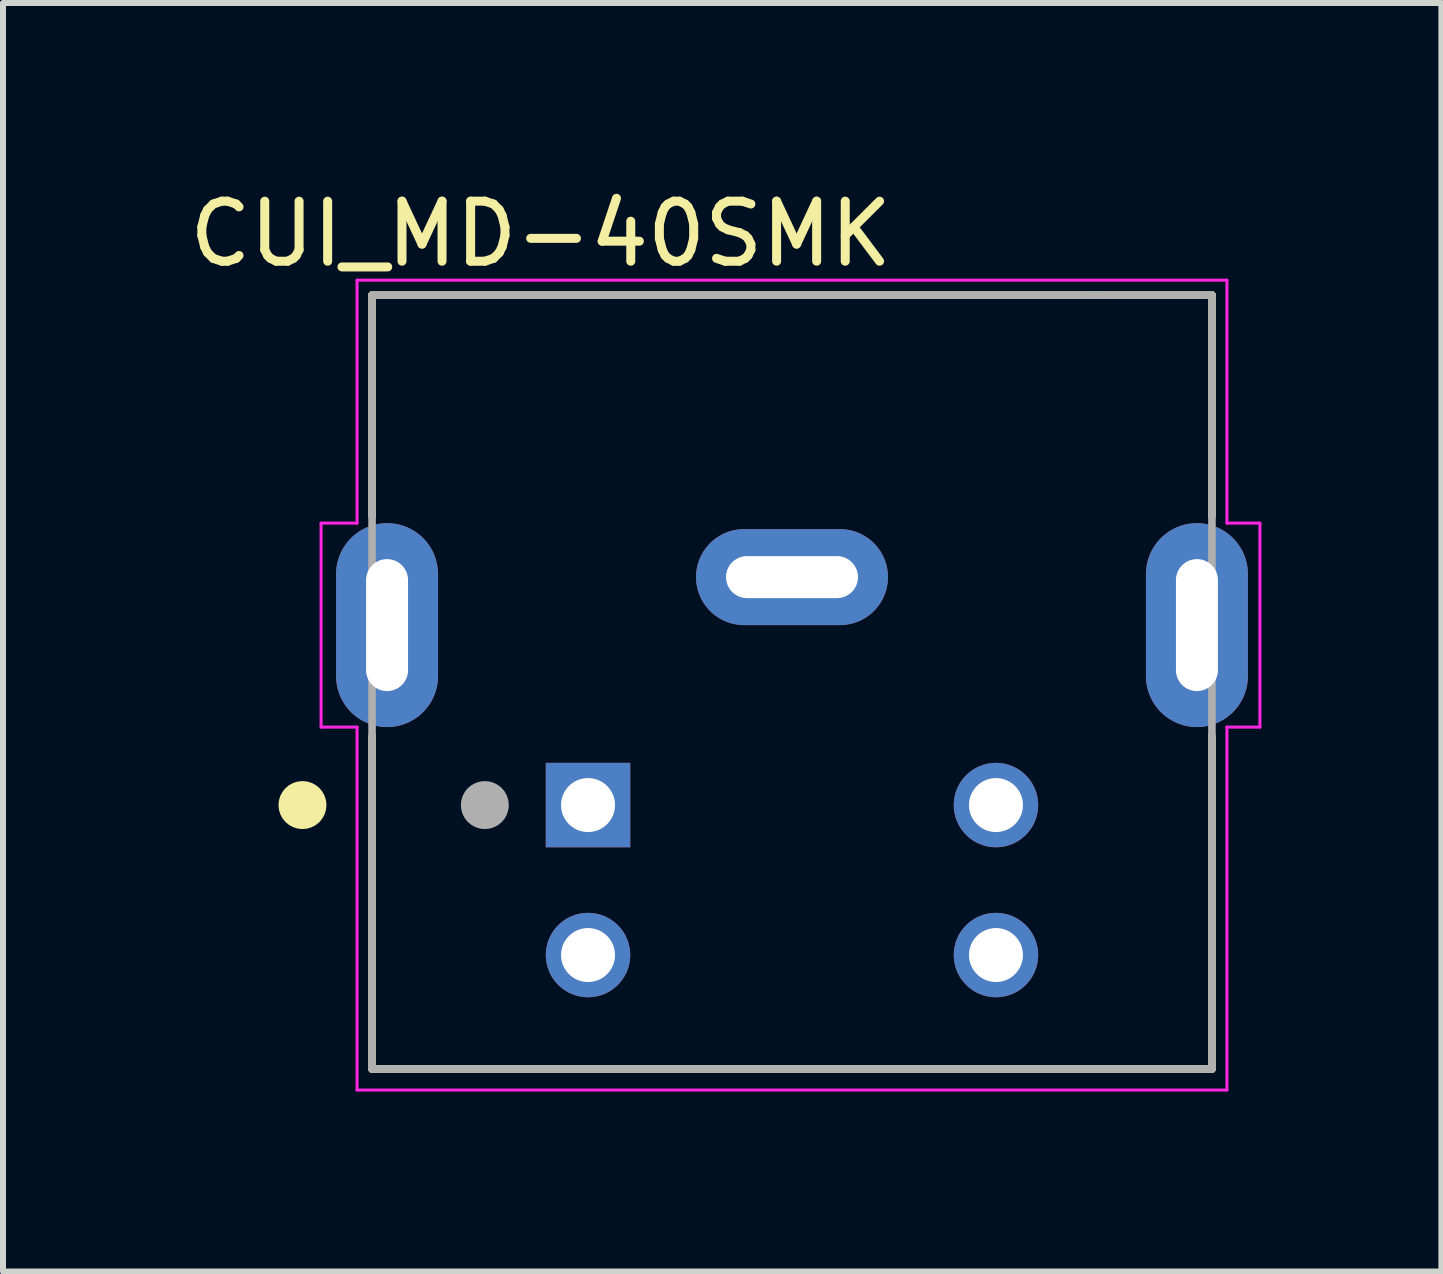
<source format=kicad_pcb>
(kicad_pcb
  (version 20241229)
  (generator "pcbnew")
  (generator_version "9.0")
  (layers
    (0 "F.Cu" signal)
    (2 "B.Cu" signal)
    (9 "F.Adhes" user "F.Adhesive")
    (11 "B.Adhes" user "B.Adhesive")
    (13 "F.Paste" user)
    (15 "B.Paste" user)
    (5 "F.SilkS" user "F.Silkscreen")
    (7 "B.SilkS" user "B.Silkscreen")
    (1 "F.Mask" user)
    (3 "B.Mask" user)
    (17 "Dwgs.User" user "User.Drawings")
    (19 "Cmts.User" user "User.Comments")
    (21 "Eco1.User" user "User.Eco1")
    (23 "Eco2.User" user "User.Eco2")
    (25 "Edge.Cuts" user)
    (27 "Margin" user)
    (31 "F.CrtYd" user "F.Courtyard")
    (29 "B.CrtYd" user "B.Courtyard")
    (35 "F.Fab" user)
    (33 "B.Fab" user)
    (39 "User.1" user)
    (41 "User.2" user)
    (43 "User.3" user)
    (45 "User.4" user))
  (footprint "CUI_MD-40SMK"
    (layer "F.Cu")
    (at 10.152 8.32)
    (property "Reference" "CUI_MD-40SMK" (at -4.189 -7.471 0) (layer "F.SilkS") (effects (font (size 1.001 1.001) (thickness 0.15))))
    (attr through_hole)
    (fp_line (start -7 -6.45) (end -7 -2.76) (stroke (width 0.127) (type solid)) (layer "F.SilkS"))
    (fp_line (start -7 -6.45) (end 7 -6.45) (stroke (width 0.127) (type solid)) (layer "F.SilkS"))
    (fp_line (start -7 6.45) (end -7 0.9) (stroke (width 0.127) (type solid)) (layer "F.SilkS"))
    (fp_line (start 7 -6.45) (end 7 -2.76) (stroke (width 0.127) (type solid)) (layer "F.SilkS"))
    (fp_line (start 7 6.45) (end -7 6.45) (stroke (width 0.127) (type solid)) (layer "F.SilkS"))
    (fp_line (start 7 6.45) (end 7 0.9) (stroke (width 0.127) (type solid)) (layer "F.SilkS"))
    (fp_circle (center -8.16 2.05) (end -7.96 2.05) (stroke (width 0.4) (type solid)) (fill no) (layer "F.SilkS"))
    (fp_line (start -7.85 -2.65) (end -7.25 -2.65) (stroke (width 0.05) (type solid)) (layer "F.CrtYd"))
    (fp_line (start -7.85 0.75) (end -7.85 -2.65) (stroke (width 0.05) (type solid)) (layer "F.CrtYd"))
    (fp_line (start -7.25 -6.7) (end -7.25 -2.65) (stroke (width 0.05) (type solid)) (layer "F.CrtYd"))
    (fp_line (start -7.25 -6.7) (end 7.25 -6.7) (stroke (width 0.05) (type solid)) (layer "F.CrtYd"))
    (fp_line (start -7.25 0.75) (end -7.85 0.75) (stroke (width 0.05) (type solid)) (layer "F.CrtYd"))
    (fp_line (start -7.25 6.8) (end -7.25 0.75) (stroke (width 0.05) (type solid)) (layer "F.CrtYd"))
    (fp_line (start 7.25 -6.7) (end 7.25 -2.65) (stroke (width 0.05) (type solid)) (layer "F.CrtYd"))
    (fp_line (start 7.25 -2.65) (end 7.8 -2.65) (stroke (width 0.05) (type solid)) (layer "F.CrtYd"))
    (fp_line (start 7.25 0.75) (end 7.25 6.8) (stroke (width 0.05) (type solid)) (layer "F.CrtYd"))
    (fp_line (start 7.25 6.8) (end -7.25 6.8) (stroke (width 0.05) (type solid)) (layer "F.CrtYd"))
    (fp_line (start 7.8 -2.65) (end 7.8 0.75) (stroke (width 0.05) (type solid)) (layer "F.CrtYd"))
    (fp_line (start 7.8 0.75) (end 7.25 0.75) (stroke (width 0.05) (type solid)) (layer "F.CrtYd"))
    (fp_line (start -7 -6.45) (end 4.89 -6.45) (stroke (width 0.127) (type solid)) (layer "F.Fab"))
    (fp_line (start -7 6.45) (end -7 -6.45) (stroke (width 0.127) (type solid)) (layer "F.Fab"))
    (fp_line (start 4.89 -6.45) (end 5.25 -6.45) (stroke (width 0.127) (type solid)) (layer "F.Fab"))
    (fp_line (start 5.25 -6.45) (end 4.89 -6.45) (stroke (width 0.127) (type solid)) (layer "F.Fab"))
    (fp_line (start 5.25 -6.45) (end 7 -6.45) (stroke (width 0.127) (type solid)) (layer "F.Fab"))
    (fp_line (start 7 -6.45) (end 7 6.45) (stroke (width 0.127) (type solid)) (layer "F.Fab"))
    (fp_line (start 7 6.45) (end -7 6.45) (stroke (width 0.127) (type solid)) (layer "F.Fab"))
    (fp_circle (center -5.12 2.05) (end -4.92 2.05) (stroke (width 0.4) (type solid)) (fill no) (layer "F.Fab"))
    (pad "1" thru_hole rect (at -3.4 2.05) (size 1.408 1.408) (drill 0.9) (layers "*.Cu" "*.Mask"))
    (pad "2" thru_hole circle (at 3.4 2.05) (size 1.408 1.408) (drill 0.9) (layers "*.Cu" "*.Mask"))
    (pad "3" thru_hole circle (at -3.4 4.55) (size 1.408 1.408) (drill 0.9) (layers "*.Cu" "*.Mask"))
    (pad "4" thru_hole circle (at 3.4 4.55) (size 1.408 1.408) (drill 0.9) (layers "*.Cu" "*.Mask"))
    (pad "S1" thru_hole oval (at -6.75 -0.95) (size 1.7 3.4) (drill oval 0.7 2.2) (layers "*.Cu" "*.Mask"))
    (pad "S2" thru_hole oval (at 0 -1.75) (size 3.2 1.6) (drill oval 2.2 0.7) (layers "*.Cu" "*.Mask"))
    (pad "S3" thru_hole oval (at 6.75 -0.95) (size 1.7 3.4) (drill oval 0.7 2.2) (layers "*.Cu" "*.Mask")))
  (gr_rect
    (start -3 -3)
    (end 20.977 18.145)
    (stroke (width 0.1) (type default))
    (fill no)
    (layer "Edge.Cuts")))
</source>
